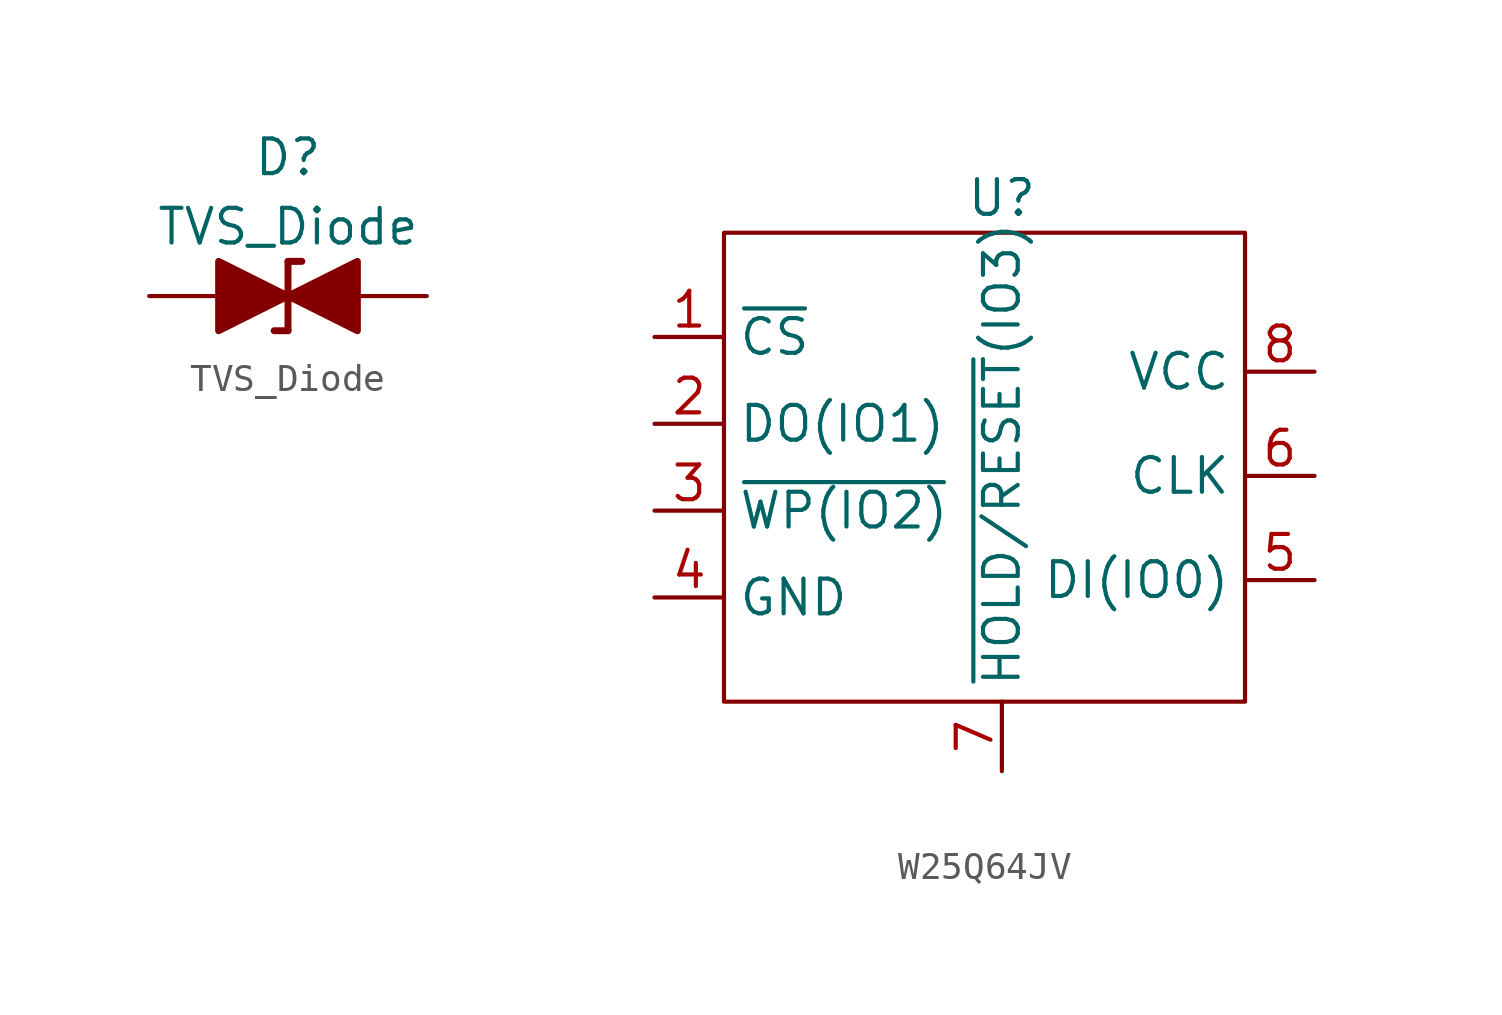
<source format=kicad_sym>
(kicad_symbol_lib
  (version 20220914)
  (generator kicad_symbol_editor)
  (symbol "TVS_Diode"
    (pin_numbers hide)
    (pin_names
      (offset 1.016) hide)
    (property "Reference" "D"
      (at 0 5.08 0)
      (effects (font (size 1.27 1.27))))
    (property "Value" "TVS_Diode"
      (at 0 2.54 0)
      (effects (font (size 1.27 1.27))))
    (symbol "TVS_Diode_0_1"
      (polyline (pts (xy 0 -1.27) (xy -0.508 -1.27)) (stroke (width 0.254) (type default)) (fill (type none)))
      (polyline (pts (xy 0 1.27) (xy 0 -1.27)) (stroke (width 0.254) (type default)) (fill (type none)))
      (polyline (pts (xy 0 1.27) (xy 0.508 1.27)) (stroke (width 0.254) (type default)) (fill (type none)))
      (polyline (pts (xy 1.27 0) (xy -1.27 0)) (stroke (width 0) (type default)) (fill (type none)))
      (polyline (pts (xy 0 0) (xy -2.54 1.27) (xy -2.54 -1.27) (xy 0 0)) (stroke (width 0.254) (type default)) (fill (type outline)))
      (polyline (pts (xy 2.54 1.27) (xy 2.54 -1.27) (xy 0 0) (xy 2.54 1.27)) (stroke (width 0.254) (type default)) (fill (type outline))))
    (symbol "TVS_Diode_1_1"
      (pin passive line (at -5.08 0 0) (length 2.54) (name "K" (effects (font (size 1.27 1.27)))) (number "1" (effects (font (size 1.27 1.27)))))
      (pin passive line (at 5.08 0 180) (length 2.54) (name "A" (effects (font (size 1.27 1.27)))) (number "2" (effects (font (size 1.27 1.27)))))))
  (symbol "W25Q64JV"
    (property "Reference" "U"
      (at -1.905 12.065 0)
      (effects (font (size 1.27 1.27))))
    (property "Value" ""
      (at 0 0 0)
      (effects (font (size 1.27 1.27))))
    (symbol "W25Q64JV_0_1"
      (rectangle (start -12.065 10.795) (end 6.985 -6.35) (stroke (width 0) (type default)) (fill (type none))))
    (symbol "W25Q64JV_1_1"
      (pin input line (at -14.605 6.985 0) (length 2.54) (name "~{CS}" (effects (font (size 1.27 1.27)))) (number "1" (effects (font (size 1.27 1.27)))))
      (pin bidirectional line (at -14.605 3.81 0) (length 2.54) (name "DO(IO1)" (effects (font (size 1.27 1.27)))) (number "2" (effects (font (size 1.27 1.27)))))
      (pin bidirectional line (at -14.605 0.635 0) (length 2.54) (name "~{WP(IO2)}" (effects (font (size 1.27 1.27)))) (number "3" (effects (font (size 1.27 1.27)))))
      (pin power_in line (at -14.605 -2.54 0) (length 2.54) (name "GND" (effects (font (size 1.27 1.27)))) (number "4" (effects (font (size 1.27 1.27)))))
      (pin bidirectional line (at 9.525 -1.905 180) (length 2.54) (name "DI(IO0)" (effects (font (size 1.27 1.27)))) (number "5" (effects (font (size 1.27 1.27)))))
      (pin input line (at 9.525 1.905 180) (length 2.54) (name "CLK" (effects (font (size 1.27 1.27)))) (number "6" (effects (font (size 1.27 1.27)))))
      (pin bidirectional line (at -1.905 -8.89 90) (length 2.54) (name "~{HOLD/RESET}(IO3)" (effects (font (size 1.27 1.27)))) (number "7" (effects (font (size 1.27 1.27)))))
      (pin power_in line (at 9.525 5.715 180) (length 2.54) (name "VCC" (effects (font (size 1.27 1.27)))) (number "8" (effects (font (size 1.27 1.27))))))))
</source>
